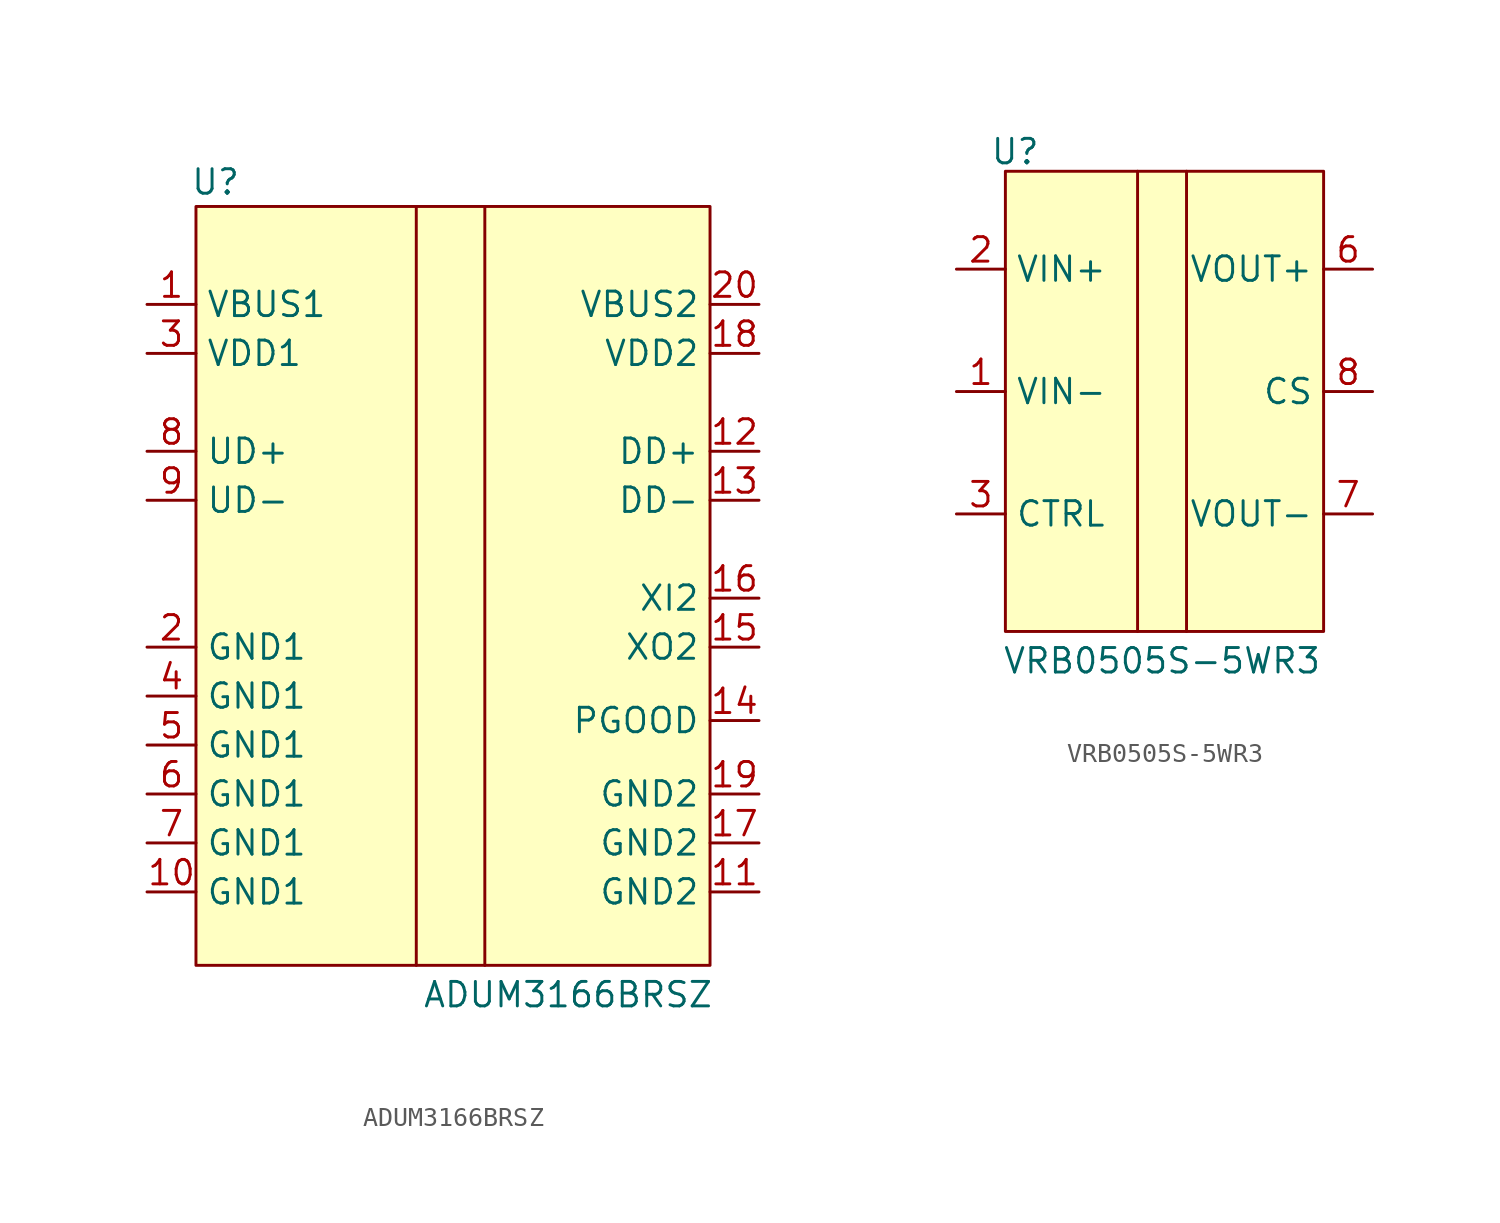
<source format=kicad_sym>
(kicad_symbol_lib
  (version 20231120)
  (generator "kicad_symbol_editor")
  (generator_version "8.0")
  (symbol "ADUM3166BRSZ"
    (property "Reference" "U"
      (at 1.016 1.27 0)
      (effects (font (size 1.27 1.27))))
    (property "Value" "ADUM3166BRSZ"
      (at 19.304 -40.894 0)
      (effects (font (size 1.27 1.27))))
    (symbol "ADUM3166BRSZ_1_1"
      (polyline (pts (xy 11.43 0) (xy 11.43 -39.37)) (stroke (width 0) (type default)) (fill (type none)))
      (polyline (pts (xy 14.986 0) (xy 14.986 -39.37)) (stroke (width 0) (type default)) (fill (type none)))
      (rectangle (start 0 0) (end 26.67 -39.37) (stroke (width 0) (type default)) (fill (type background)))
      (pin power_in line (at -2.54 -5.08 0) (length 2.54) (name "VBUS1" (effects (font (size 1.27 1.27)))) (number "1" (effects (font (size 1.27 1.27)))))
      (pin power_in line (at -2.54 -35.56 0) (length 2.54) (name "GND1" (effects (font (size 1.27 1.27)))) (number "10" (effects (font (size 1.27 1.27)))))
      (pin power_in line (at 29.21 -35.56 180) (length 2.54) (name "GND2" (effects (font (size 1.27 1.27)))) (number "11" (effects (font (size 1.27 1.27)))))
      (pin bidirectional line (at 29.21 -12.7 180) (length 2.54) (name "DD+" (effects (font (size 1.27 1.27)))) (number "12" (effects (font (size 1.27 1.27)))))
      (pin bidirectional line (at 29.21 -15.24 180) (length 2.54) (name "DD-" (effects (font (size 1.27 1.27)))) (number "13" (effects (font (size 1.27 1.27)))))
      (pin output line (at 29.21 -26.67 180) (length 2.54) (name "PGOOD" (effects (font (size 1.27 1.27)))) (number "14" (effects (font (size 1.27 1.27)))))
      (pin bidirectional line (at 29.21 -22.86 180) (length 2.54) (name "XO2" (effects (font (size 1.27 1.27)))) (number "15" (effects (font (size 1.27 1.27)))))
      (pin bidirectional line (at 29.21 -20.32 180) (length 2.54) (name "XI2" (effects (font (size 1.27 1.27)))) (number "16" (effects (font (size 1.27 1.27)))))
      (pin power_in line (at 29.21 -33.02 180) (length 2.54) (name "GND2" (effects (font (size 1.27 1.27)))) (number "17" (effects (font (size 1.27 1.27)))))
      (pin bidirectional line (at 29.21 -7.62 180) (length 2.54) (name "VDD2" (effects (font (size 1.27 1.27)))) (number "18" (effects (font (size 1.27 1.27)))))
      (pin power_in line (at 29.21 -30.48 180) (length 2.54) (name "GND2" (effects (font (size 1.27 1.27)))) (number "19" (effects (font (size 1.27 1.27)))))
      (pin power_in line (at -2.54 -22.86 0) (length 2.54) (name "GND1" (effects (font (size 1.27 1.27)))) (number "2" (effects (font (size 1.27 1.27)))))
      (pin power_in line (at 29.21 -5.08 180) (length 2.54) (name "VBUS2" (effects (font (size 1.27 1.27)))) (number "20" (effects (font (size 1.27 1.27)))))
      (pin bidirectional line (at -2.54 -7.62 0) (length 2.54) (name "VDD1" (effects (font (size 1.27 1.27)))) (number "3" (effects (font (size 1.27 1.27)))))
      (pin power_in line (at -2.54 -25.4 0) (length 2.54) (name "GND1" (effects (font (size 1.27 1.27)))) (number "4" (effects (font (size 1.27 1.27)))))
      (pin power_in line (at -2.54 -27.94 0) (length 2.54) (name "GND1" (effects (font (size 1.27 1.27)))) (number "5" (effects (font (size 1.27 1.27)))))
      (pin power_in line (at -2.54 -30.48 0) (length 2.54) (name "GND1" (effects (font (size 1.27 1.27)))) (number "6" (effects (font (size 1.27 1.27)))))
      (pin power_in line (at -2.54 -33.02 0) (length 2.54) (name "GND1" (effects (font (size 1.27 1.27)))) (number "7" (effects (font (size 1.27 1.27)))))
      (pin bidirectional line (at -2.54 -12.7 0) (length 2.54) (name "UD+" (effects (font (size 1.27 1.27)))) (number "8" (effects (font (size 1.27 1.27)))))
      (pin bidirectional line (at -2.54 -15.24 0) (length 2.54) (name "UD-" (effects (font (size 1.27 1.27)))) (number "9" (effects (font (size 1.27 1.27)))))))
  (symbol "VRB0505S-5WR3"
    (property "Reference" "U"
      (at 0.508 1.016 0)
      (effects (font (size 1.27 1.27))))
    (property "Value" "VRB0505S-5WR3"
      (at 8.128 -25.4 0)
      (effects (font (size 1.27 1.27))))
    (symbol "VRB0505S-5WR3_1_1"
      (polyline (pts (xy 6.858 0) (xy 6.858 -23.876)) (stroke (width 0) (type default)) (fill (type none)))
      (polyline (pts (xy 9.398 0) (xy 9.398 -23.876)) (stroke (width 0) (type default)) (fill (type none)))
      (rectangle (start 0 0) (end 16.51 -23.876) (stroke (width 0) (type default)) (fill (type background)))
      (pin power_in line (at -2.54 -11.43 0) (length 2.54) (name "VIN-" (effects (font (size 1.27 1.27)))) (number "1" (effects (font (size 1.27 1.27)))))
      (pin power_in line (at -2.54 -5.08 0) (length 2.54) (name "VIN+" (effects (font (size 1.27 1.27)))) (number "2" (effects (font (size 1.27 1.27)))))
      (pin input line (at -2.54 -17.78 0) (length 2.54) (name "CTRL" (effects (font (size 1.27 1.27)))) (number "3" (effects (font (size 1.27 1.27)))))
      (pin power_out line (at 19.05 -5.08 180) (length 2.54) (name "VOUT+" (effects (font (size 1.27 1.27)))) (number "6" (effects (font (size 1.27 1.27)))))
      (pin power_out line (at 19.05 -17.78 180) (length 2.54) (name "VOUT-" (effects (font (size 1.27 1.27)))) (number "7" (effects (font (size 1.27 1.27)))))
      (pin bidirectional line (at 19.05 -11.43 180) (length 2.54) (name "CS" (effects (font (size 1.27 1.27)))) (number "8" (effects (font (size 1.27 1.27))))))))
</source>
